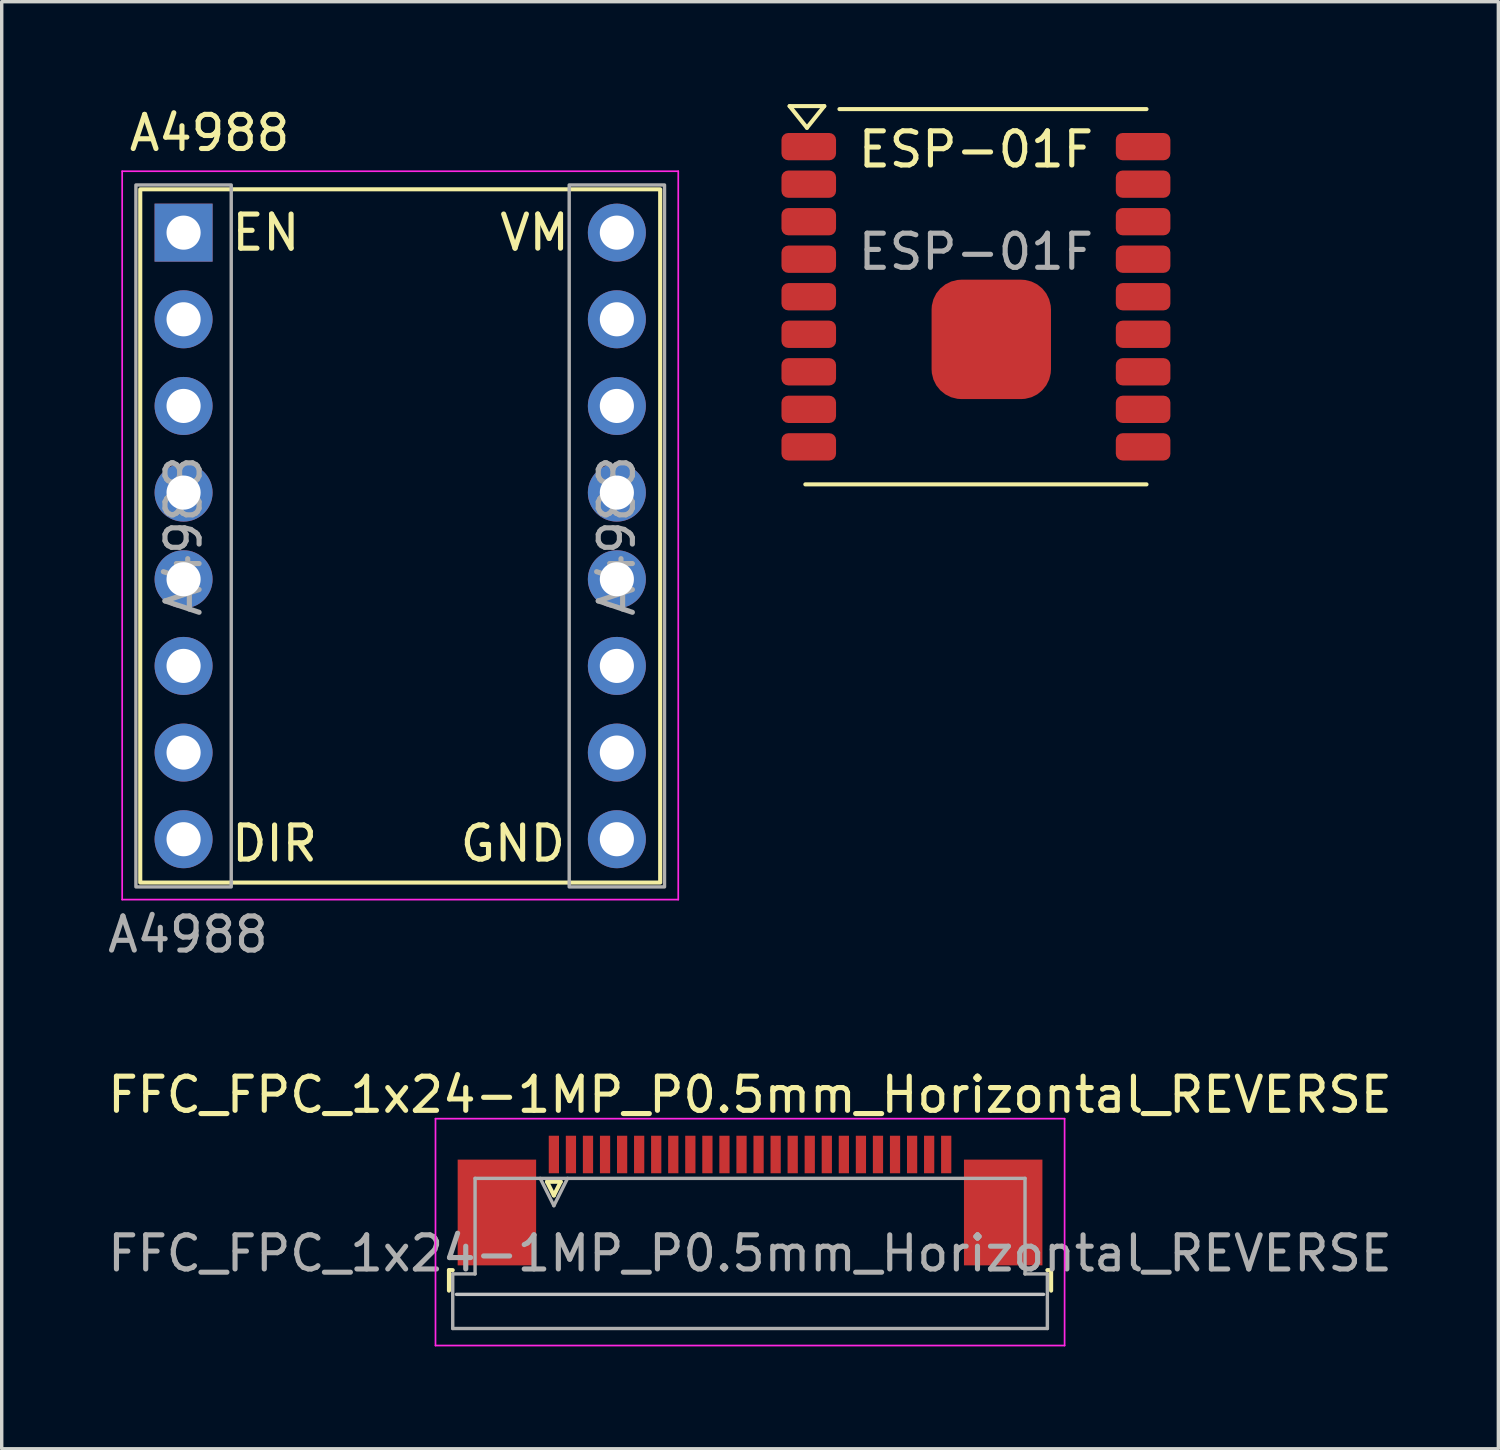
<source format=kicad_pcb>
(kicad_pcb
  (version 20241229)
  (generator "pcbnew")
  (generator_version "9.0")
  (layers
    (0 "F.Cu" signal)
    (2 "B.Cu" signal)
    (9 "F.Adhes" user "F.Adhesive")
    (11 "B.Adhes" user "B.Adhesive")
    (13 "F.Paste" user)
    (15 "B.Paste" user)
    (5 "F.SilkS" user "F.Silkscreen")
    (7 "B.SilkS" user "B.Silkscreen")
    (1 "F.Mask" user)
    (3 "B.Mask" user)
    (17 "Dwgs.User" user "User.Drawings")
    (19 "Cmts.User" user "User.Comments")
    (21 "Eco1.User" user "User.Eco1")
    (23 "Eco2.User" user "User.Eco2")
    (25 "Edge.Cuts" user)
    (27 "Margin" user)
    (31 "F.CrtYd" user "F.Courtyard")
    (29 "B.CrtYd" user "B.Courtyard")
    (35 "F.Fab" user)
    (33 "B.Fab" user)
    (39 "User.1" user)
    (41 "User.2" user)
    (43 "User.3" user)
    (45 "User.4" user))
  (footprint "A4988"
    (layer "F.Cu")
    (at 8.681 12.659)
    (property "Reference" "A4988" (at -5.588 -11.811 0) (unlocked yes) (layer "F.SilkS") (effects (font (size 1 1) (thickness 0.15))))
    (attr smd)
    (fp_rect (start -7.62 -10.16) (end 7.62 10.16) (stroke (width 0.12) (type solid)) (fill no) (layer "F.SilkS"))
    (fp_line (start -8.15 -10.69) (end -8.15 10.66) (stroke (width 0.05) (type solid)) (layer "F.CrtYd"))
    (fp_line (start -8.15 10.66) (end 8.15 10.66) (stroke (width 0.05) (type solid)) (layer "F.CrtYd"))
    (fp_line (start 8.15 -10.69) (end -8.15 -10.69) (stroke (width 0.05) (type solid)) (layer "F.CrtYd"))
    (fp_line (start 8.15 10.66) (end 8.15 -10.69) (stroke (width 0.05) (type solid)) (layer "F.CrtYd"))
    (fp_rect (start -7.747 -10.287) (end -4.953 10.287) (stroke (width 0.1) (type solid)) (fill no) (layer "F.Fab"))
    (fp_rect (start 7.747 -10.287) (end 4.953 10.287) (stroke (width 0.1) (type solid)) (fill no) (layer "F.Fab"))
    (fp_text user "EN" (at -3.937 -8.89 0) (unlocked yes) (layer "F.SilkS") (effects (font (size 1 1) (thickness 0.15))))
    (fp_text user "GND" (at 3.302 9.017 0) (unlocked yes) (layer "F.SilkS") (effects (font (size 1 1) (thickness 0.15))))
    (fp_text user "VM" (at 3.937 -8.89 0) (unlocked yes) (layer "F.SilkS") (effects (font (size 1 1) (thickness 0.15))))
    (fp_text user "DIR" (at -3.683 9.017 0) (unlocked yes) (layer "F.SilkS") (effects (font (size 1 1) (thickness 0.15))))
    (fp_text user "${REFERENCE}" (at -6.35 0 90) (layer "F.Fab") (effects (font (size 1 1) (thickness 0.15))))
    (fp_text user "${REFERENCE}" (at -6.223 11.684 0) (unlocked yes) (layer "F.Fab") (effects (font (size 1 1) (thickness 0.15))))
    (fp_text user "${REFERENCE}" (at 6.35 0 90) (layer "F.Fab") (effects (font (size 1 1) (thickness 0.15))))
    (pad "1" thru_hole rect (at -6.35 -8.89) (size 1.7 1.7) (drill 1) (layers "*.Cu" "*.Mask"))
    (pad "2" thru_hole oval (at -6.35 -6.35) (size 1.7 1.7) (drill 1) (layers "*.Cu" "*.Mask"))
    (pad "3" thru_hole oval (at -6.35 -3.81) (size 1.7 1.7) (drill 1) (layers "*.Cu" "*.Mask"))
    (pad "4" thru_hole oval (at -6.35 -1.27) (size 1.7 1.7) (drill 1) (layers "*.Cu" "*.Mask"))
    (pad "5" thru_hole oval (at -6.35 1.27) (size 1.7 1.7) (drill 1) (layers "*.Cu" "*.Mask"))
    (pad "6" thru_hole oval (at -6.35 3.81) (size 1.7 1.7) (drill 1) (layers "*.Cu" "*.Mask"))
    (pad "7" thru_hole oval (at -6.35 6.35) (size 1.7 1.7) (drill 1) (layers "*.Cu" "*.Mask"))
    (pad "8" thru_hole oval (at -6.35 8.89) (size 1.7 1.7) (drill 1) (layers "*.Cu" "*.Mask"))
    (pad "9" thru_hole oval (at 6.35 8.89) (size 1.7 1.7) (drill 1) (layers "*.Cu" "*.Mask"))
    (pad "10" thru_hole oval (at 6.35 6.35) (size 1.7 1.7) (drill 1) (layers "*.Cu" "*.Mask"))
    (pad "11" thru_hole oval (at 6.35 3.81) (size 1.7 1.7) (drill 1) (layers "*.Cu" "*.Mask"))
    (pad "12" thru_hole oval (at 6.35 1.27) (size 1.7 1.7) (drill 1) (layers "*.Cu" "*.Mask"))
    (pad "13" thru_hole oval (at 6.35 -1.27) (size 1.7 1.7) (drill 1) (layers "*.Cu" "*.Mask"))
    (pad "14" thru_hole oval (at 6.35 -3.81) (size 1.7 1.7) (drill 1) (layers "*.Cu" "*.Mask"))
    (pad "15" thru_hole oval (at 6.35 -6.35) (size 1.7 1.7) (drill 1) (layers "*.Cu" "*.Mask"))
    (pad "16" thru_hole oval (at 6.35 -8.89) (size 1.7 1.7) (drill 1) (layers "*.Cu" "*.Mask")))
  (footprint "ESP-01F"
    (layer "F.Cu")
    (at 25.556 5.648)
    (property "Reference" "ESP-01F" (at 0 -4.318 0) (unlocked yes) (layer "F.SilkS") (effects (font (size 1 1) (thickness 0.15))))
    (attr smd)
    (fp_line (start -5.461 -5.588) (end -4.445 -5.588) (stroke (width 0.12) (type solid)) (layer "F.SilkS"))
    (fp_line (start -5 5.5) (end 5 5.5) (stroke (width 0.12) (type solid)) (layer "F.SilkS"))
    (fp_line (start -4.953 -4.953) (end -5.461 -5.588) (stroke (width 0.12) (type solid)) (layer "F.SilkS"))
    (fp_line (start -4.445 -5.588) (end -4.953 -4.953) (stroke (width 0.12) (type solid)) (layer "F.SilkS"))
    (fp_line (start -4 -5.5) (end 5 -5.5) (stroke (width 0.12) (type solid)) (layer "F.SilkS"))
    (fp_text user "${REFERENCE}" (at 0 -1.318 0) (unlocked yes) (layer "F.Fab") (effects (font (size 1 1) (thickness 0.15))))
    (pad "1" smd roundrect (at -4.9 -4.4) (size 1.6 0.8) (layers "F.Cu" "F.Mask" "F.Paste") (roundrect_rratio 0.25))
    (pad "2" smd roundrect (at -4.9 -3.3) (size 1.6 0.8) (layers "F.Cu" "F.Mask" "F.Paste") (roundrect_rratio 0.25))
    (pad "3" smd roundrect (at -4.9 -2.2) (size 1.6 0.8) (layers "F.Cu" "F.Mask" "F.Paste") (roundrect_rratio 0.25))
    (pad "4" smd roundrect (at -4.9 -1.1) (size 1.6 0.8) (layers "F.Cu" "F.Mask" "F.Paste") (roundrect_rratio 0.25))
    (pad "5" smd roundrect (at -4.9 0) (size 1.6 0.8) (layers "F.Cu" "F.Mask" "F.Paste") (roundrect_rratio 0.25))
    (pad "6" smd roundrect (at -4.9 1.1) (size 1.6 0.8) (layers "F.Cu" "F.Mask" "F.Paste") (roundrect_rratio 0.25))
    (pad "7" smd roundrect (at -4.9 2.2) (size 1.6 0.8) (layers "F.Cu" "F.Mask" "F.Paste") (roundrect_rratio 0.25))
    (pad "8" smd roundrect (at -4.9 3.3) (size 1.6 0.8) (layers "F.Cu" "F.Mask" "F.Paste") (roundrect_rratio 0.25))
    (pad "9" smd roundrect (at -4.9 4.4) (size 1.6 0.8) (layers "F.Cu" "F.Mask" "F.Paste") (roundrect_rratio 0.25))
    (pad "10" smd roundrect (at 4.9 4.4) (size 1.6 0.8) (layers "F.Cu" "F.Mask" "F.Paste") (roundrect_rratio 0.25))
    (pad "11" smd roundrect (at 4.9 3.3) (size 1.6 0.8) (layers "F.Cu" "F.Mask" "F.Paste") (roundrect_rratio 0.25))
    (pad "12" smd roundrect (at 4.9 2.2) (size 1.6 0.8) (layers "F.Cu" "F.Mask" "F.Paste") (roundrect_rratio 0.25))
    (pad "13" smd roundrect (at 4.9 1.1) (size 1.6 0.8) (layers "F.Cu" "F.Mask" "F.Paste") (roundrect_rratio 0.25))
    (pad "14" smd roundrect (at 4.9 0) (size 1.6 0.8) (layers "F.Cu" "F.Mask" "F.Paste") (roundrect_rratio 0.25))
    (pad "15" smd roundrect (at 4.9 -1.1) (size 1.6 0.8) (layers "F.Cu" "F.Mask" "F.Paste") (roundrect_rratio 0.25))
    (pad "16" smd roundrect (at 4.9 -2.2) (size 1.6 0.8) (layers "F.Cu" "F.Mask" "F.Paste") (roundrect_rratio 0.25))
    (pad "17" smd roundrect (at 4.9 -3.3) (size 1.6 0.8) (layers "F.Cu" "F.Mask" "F.Paste") (roundrect_rratio 0.25))
    (pad "18" smd roundrect (at 4.9 -4.4) (size 1.6 0.8) (layers "F.Cu" "F.Mask" "F.Paste") (roundrect_rratio 0.25))
    (pad "19" smd roundrect (at 0.45 1.25) (size 3.5 3.5) (layers "F.Cu" "F.Mask" "F.Paste") (roundrect_rratio 0.25)))
  (footprint "FFC_FPC_1x24-1MP_P0.5mm_Horizontal_REVERSE"
    (layer "F.Cu")
    (at 18.935 32.14)
    (property "Reference" "FFC_FPC_1x24-1MP_P0.5mm_Horizontal_REVERSE" (at 0 -3.1 0) (layer "F.SilkS") (effects (font (size 1 1) (thickness 0.15))))
    (attr smd)
    (fp_line (start -8.825 2.04) (end -8.825 2.64) (stroke (width 0.12) (type solid)) (layer "F.SilkS"))
    (fp_line (start -8.715 2.04) (end -8.825 2.04) (stroke (width 0.12) (type solid)) (layer "F.SilkS"))
    (fp_line (start -5.95 -0.55) (end -5.75 -0.15) (stroke (width 0.12) (type solid)) (layer "F.SilkS"))
    (fp_line (start -5.75 -0.15) (end -5.55 -0.55) (stroke (width 0.12) (type solid)) (layer "F.SilkS"))
    (fp_line (start -5.55 -0.55) (end -5.95 -0.55) (stroke (width 0.12) (type solid)) (layer "F.SilkS"))
    (fp_line (start 8.715 2.04) (end 8.825 2.04) (stroke (width 0.12) (type solid)) (layer "F.SilkS"))
    (fp_line (start 8.825 2.04) (end 8.825 2.64) (stroke (width 0.12) (type solid)) (layer "F.SilkS"))
    (fp_line (start 8.605 2.75) (end -8.605 2.75) (stroke (width 0.1) (type solid)) (layer "Dwgs.User"))
    (fp_line (start -9.22 -2.4) (end -9.22 4.25) (stroke (width 0.05) (type solid)) (layer "F.CrtYd"))
    (fp_line (start -9.22 4.25) (end 9.22 4.25) (stroke (width 0.05) (type solid)) (layer "F.CrtYd"))
    (fp_line (start 9.22 -2.4) (end -9.22 -2.4) (stroke (width 0.05) (type solid)) (layer "F.CrtYd"))
    (fp_line (start 9.22 4.25) (end 9.22 -2.4) (stroke (width 0.05) (type solid)) (layer "F.CrtYd"))
    (fp_line (start -8.715 2.15) (end -8.06 2.15) (stroke (width 0.1) (type solid)) (layer "F.Fab"))
    (fp_line (start -8.715 3.75) (end -8.715 2.15) (stroke (width 0.1) (type solid)) (layer "F.Fab"))
    (fp_line (start -8.06 -0.65) (end 8.06 -0.65) (stroke (width 0.1) (type solid)) (layer "F.Fab"))
    (fp_line (start -8.06 2.15) (end -8.06 -0.65) (stroke (width 0.1) (type solid)) (layer "F.Fab"))
    (fp_line (start -6.15 -0.65) (end -5.75 0.15) (stroke (width 0.1) (type solid)) (layer "F.Fab"))
    (fp_line (start -5.75 0.15) (end -5.35 -0.65) (stroke (width 0.1) (type solid)) (layer "F.Fab"))
    (fp_line (start 8.06 -0.65) (end 8.06 2.15) (stroke (width 0.1) (type solid)) (layer "F.Fab"))
    (fp_line (start 8.06 2.15) (end 8.715 2.15) (stroke (width 0.1) (type solid)) (layer "F.Fab"))
    (fp_line (start 8.715 2.15) (end 8.715 3.75) (stroke (width 0.1) (type solid)) (layer "F.Fab"))
    (fp_line (start 8.715 3.75) (end -8.715 3.75) (stroke (width 0.1) (type solid)) (layer "F.Fab"))
    (fp_text user "${REFERENCE}" (at 0 1.55 0) (layer "F.Fab") (effects (font (size 1 1) (thickness 0.15))))
    (pad "1" smd rect (at 5.75 -1.35) (size 0.3 1.1) (layers "F.Cu" "F.Mask" "F.Paste"))
    (pad "2" smd rect (at 5.25 -1.35) (size 0.3 1.1) (layers "F.Cu" "F.Mask" "F.Paste"))
    (pad "3" smd rect (at 4.75 -1.35) (size 0.3 1.1) (layers "F.Cu" "F.Mask" "F.Paste"))
    (pad "4" smd rect (at 4.25 -1.35) (size 0.3 1.1) (layers "F.Cu" "F.Mask" "F.Paste"))
    (pad "5" smd rect (at 3.75 -1.35) (size 0.3 1.1) (layers "F.Cu" "F.Mask" "F.Paste"))
    (pad "6" smd rect (at 3.25 -1.35) (size 0.3 1.1) (layers "F.Cu" "F.Mask" "F.Paste"))
    (pad "7" smd rect (at 2.75 -1.35) (size 0.3 1.1) (layers "F.Cu" "F.Mask" "F.Paste"))
    (pad "8" smd rect (at 2.25 -1.35) (size 0.3 1.1) (layers "F.Cu" "F.Mask" "F.Paste"))
    (pad "9" smd rect (at 1.75 -1.35) (size 0.3 1.1) (layers "F.Cu" "F.Mask" "F.Paste"))
    (pad "10" smd rect (at 1.25 -1.35) (size 0.3 1.1) (layers "F.Cu" "F.Mask" "F.Paste"))
    (pad "11" smd rect (at 0.75 -1.35) (size 0.3 1.1) (layers "F.Cu" "F.Mask" "F.Paste"))
    (pad "12" smd rect (at 0.25 -1.35) (size 0.3 1.1) (layers "F.Cu" "F.Mask" "F.Paste"))
    (pad "13" smd rect (at -0.25 -1.35) (size 0.3 1.1) (layers "F.Cu" "F.Mask" "F.Paste"))
    (pad "14" smd rect (at -0.75 -1.35) (size 0.3 1.1) (layers "F.Cu" "F.Mask" "F.Paste"))
    (pad "15" smd rect (at -1.25 -1.35) (size 0.3 1.1) (layers "F.Cu" "F.Mask" "F.Paste"))
    (pad "16" smd rect (at -1.75 -1.35) (size 0.3 1.1) (layers "F.Cu" "F.Mask" "F.Paste"))
    (pad "17" smd rect (at -2.25 -1.35) (size 0.3 1.1) (layers "F.Cu" "F.Mask" "F.Paste"))
    (pad "18" smd rect (at -2.75 -1.35) (size 0.3 1.1) (layers "F.Cu" "F.Mask" "F.Paste"))
    (pad "19" smd rect (at -3.25 -1.35) (size 0.3 1.1) (layers "F.Cu" "F.Mask" "F.Paste"))
    (pad "20" smd rect (at -3.75 -1.35) (size 0.3 1.1) (layers "F.Cu" "F.Mask" "F.Paste"))
    (pad "21" smd rect (at -4.25 -1.35) (size 0.3 1.1) (layers "F.Cu" "F.Mask" "F.Paste"))
    (pad "22" smd rect (at -4.75 -1.35) (size 0.3 1.1) (layers "F.Cu" "F.Mask" "F.Paste"))
    (pad "23" smd rect (at -5.25 -1.35) (size 0.3 1.1) (layers "F.Cu" "F.Mask" "F.Paste"))
    (pad "24" smd rect (at -5.75 -1.35) (size 0.3 1.1) (layers "F.Cu" "F.Mask" "F.Paste"))
    (pad "MP" smd rect (at -7.42 0.35) (size 2.3 3.1) (layers "F.Cu" "F.Mask" "F.Paste"))
    (pad "MP" smd rect (at 7.42 0.35) (size 2.3 3.1) (layers "F.Cu" "F.Mask" "F.Paste")))
  (gr_rect
    (start -3 -3)
    (end 40.869 39.415)
    (stroke (width 0.1) (type default))
    (fill no)
    (layer "Edge.Cuts")))
</source>
